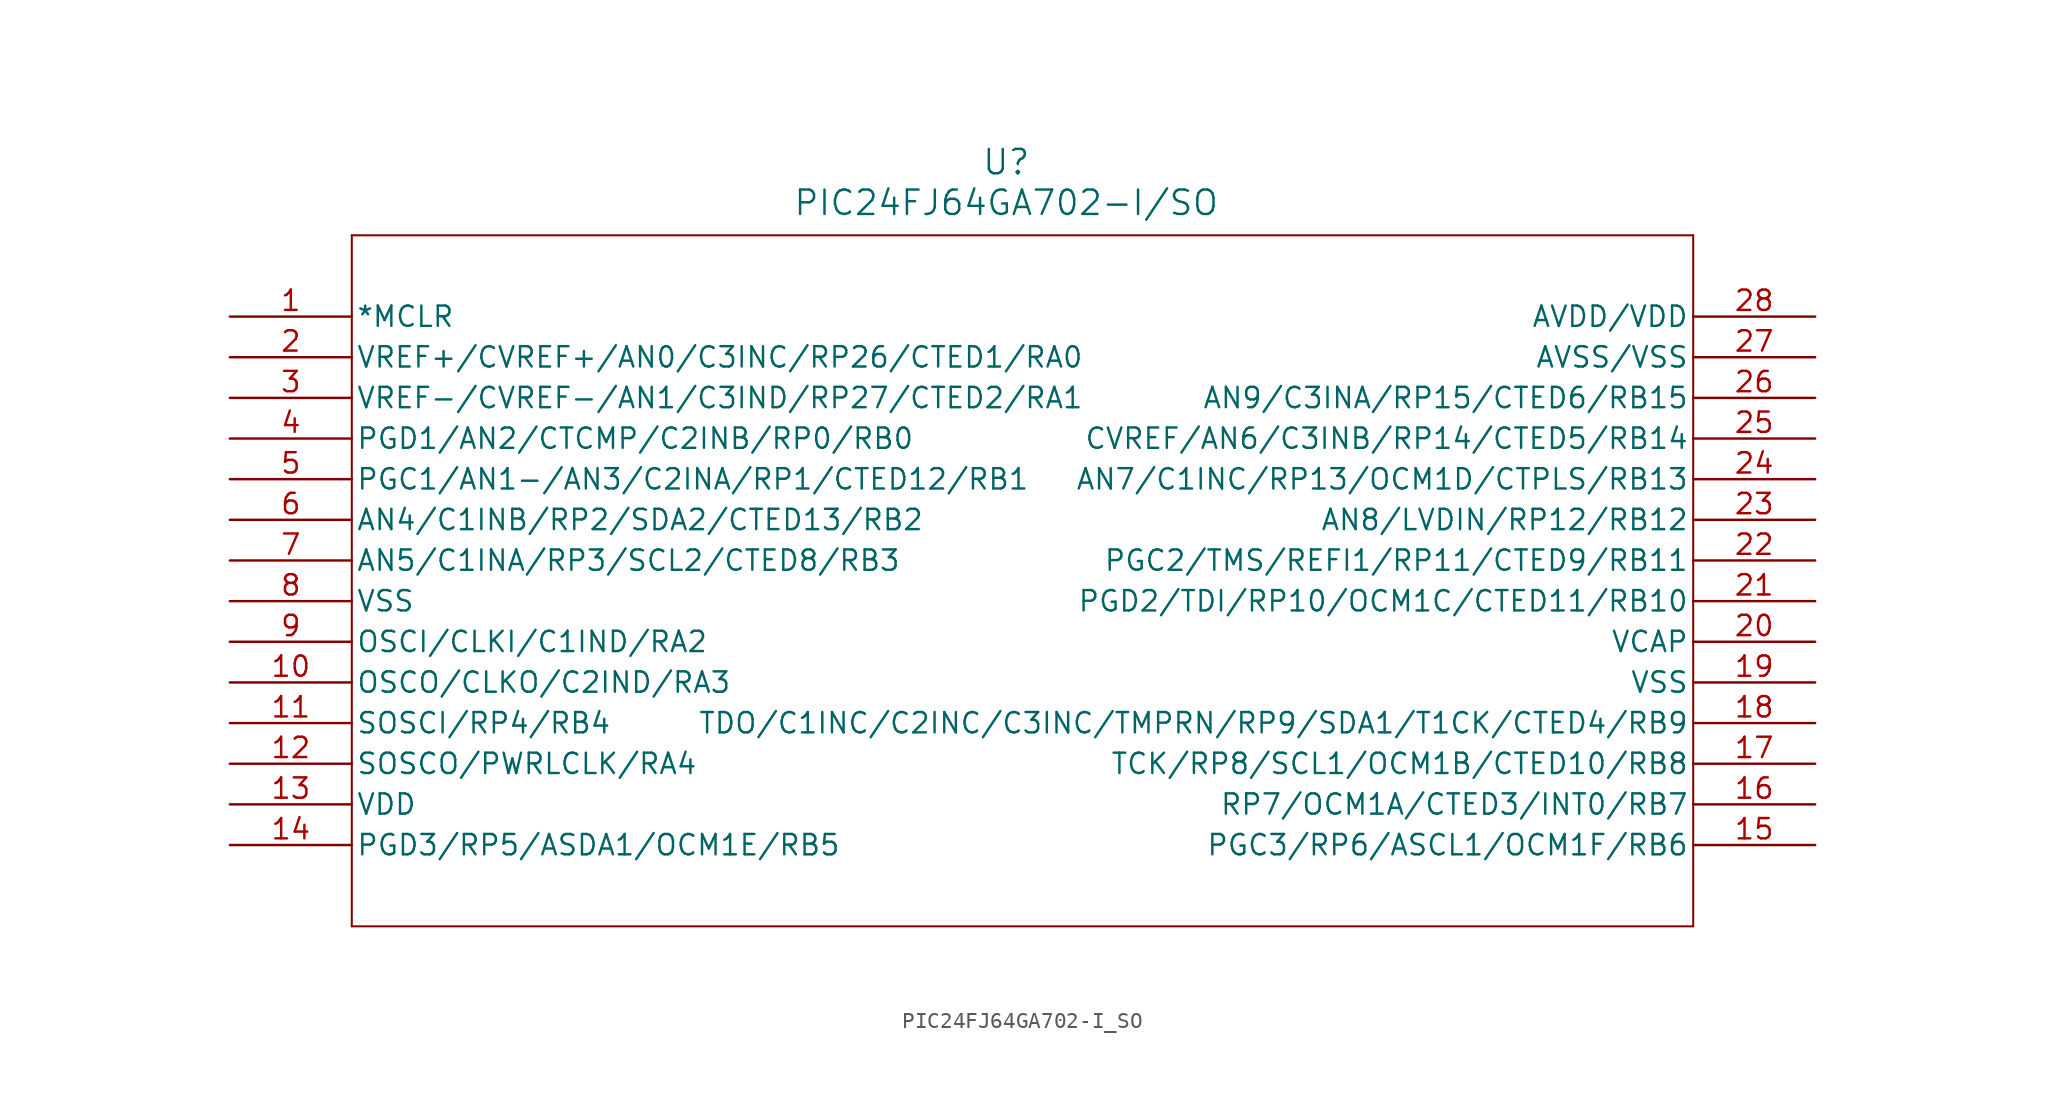
<source format=kicad_sym>
(kicad_symbol_lib
  (version 20231120)
  (generator "kicad_symbol_editor")
  (generator_version "8.0")
  (symbol "PIC24FJ64GA702-I_SO"
    (pin_names
      (offset 0.254))
    (property "Reference" "U"
      (at 162.814 9.652 0)
      (effects (font (size 1.524 1.524))))
    (property "Value" "PIC24FJ64GA702-I/SO"
      (at 162.814 7.112 0)
      (effects (font (size 1.524 1.524))))
    (property "ki_locked" ""
      (at 0 0 0)
      (effects (font (size 1.27 1.27))))
    (symbol "PIC24FJ64GA702-I_SO_0_1"
      (polyline (pts (xy 121.92 -38.1) (xy 205.74 -38.1)) (stroke (width 0.127) (type default)) (fill (type none)))
      (polyline (pts (xy 121.92 5.08) (xy 121.92 -38.1)) (stroke (width 0.127) (type default)) (fill (type none)))
      (polyline (pts (xy 205.74 -38.1) (xy 205.74 5.08)) (stroke (width 0.127) (type default)) (fill (type none)))
      (polyline (pts (xy 205.74 5.08) (xy 121.92 5.08)) (stroke (width 0.127) (type default)) (fill (type none)))
      (pin unspecified line (at 114.3 0 0) (length 7.62) (name "*MCLR" (effects (font (size 1.27 1.27)))) (number "1" (effects (font (size 1.27 1.27)))))
      (pin bidirectional line (at 114.3 -22.86 0) (length 7.62) (name "OSCO/CLKO/C2IND/RA3" (effects (font (size 1.27 1.27)))) (number "10" (effects (font (size 1.27 1.27)))))
      (pin bidirectional line (at 114.3 -25.4 0) (length 7.62) (name "SOSCI/RP4/RB4" (effects (font (size 1.27 1.27)))) (number "11" (effects (font (size 1.27 1.27)))))
      (pin bidirectional line (at 114.3 -27.94 0) (length 7.62) (name "SOSCO/PWRLCLK/RA4" (effects (font (size 1.27 1.27)))) (number "12" (effects (font (size 1.27 1.27)))))
      (pin power_in line (at 114.3 -30.48 0) (length 7.62) (name "VDD" (effects (font (size 1.27 1.27)))) (number "13" (effects (font (size 1.27 1.27)))))
      (pin bidirectional line (at 114.3 -33.02 0) (length 7.62) (name "PGD3/RP5/ASDA1/OCM1E/RB5" (effects (font (size 1.27 1.27)))) (number "14" (effects (font (size 1.27 1.27)))))
      (pin bidirectional line (at 213.36 -33.02 180) (length 7.62) (name "PGC3/RP6/ASCL1/OCM1F/RB6" (effects (font (size 1.27 1.27)))) (number "15" (effects (font (size 1.27 1.27)))))
      (pin bidirectional line (at 213.36 -30.48 180) (length 7.62) (name "RP7/OCM1A/CTED3/INT0/RB7" (effects (font (size 1.27 1.27)))) (number "16" (effects (font (size 1.27 1.27)))))
      (pin bidirectional line (at 213.36 -27.94 180) (length 7.62) (name "TCK/RP8/SCL1/OCM1B/CTED10/RB8" (effects (font (size 1.27 1.27)))) (number "17" (effects (font (size 1.27 1.27)))))
      (pin bidirectional line (at 213.36 -25.4 180) (length 7.62) (name "TDO/C1INC/C2INC/C3INC/TMPRN/RP9/SDA1/T1CK/CTED4/RB9" (effects (font (size 1.27 1.27)))) (number "18" (effects (font (size 1.27 1.27)))))
      (pin power_out line (at 213.36 -22.86 180) (length 7.62) (name "VSS" (effects (font (size 1.27 1.27)))) (number "19" (effects (font (size 1.27 1.27)))))
      (pin bidirectional line (at 114.3 -2.54 0) (length 7.62) (name "VREF+/CVREF+/AN0/C3INC/RP26/CTED1/RA0" (effects (font (size 1.27 1.27)))) (number "2" (effects (font (size 1.27 1.27)))))
      (pin power_out line (at 213.36 -20.32 180) (length 7.62) (name "VCAP" (effects (font (size 1.27 1.27)))) (number "20" (effects (font (size 1.27 1.27)))))
      (pin bidirectional line (at 213.36 -17.78 180) (length 7.62) (name "PGD2/TDI/RP10/OCM1C/CTED11/RB10" (effects (font (size 1.27 1.27)))) (number "21" (effects (font (size 1.27 1.27)))))
      (pin bidirectional line (at 213.36 -15.24 180) (length 7.62) (name "PGC2/TMS/REFI1/RP11/CTED9/RB11" (effects (font (size 1.27 1.27)))) (number "22" (effects (font (size 1.27 1.27)))))
      (pin bidirectional line (at 213.36 -12.7 180) (length 7.62) (name "AN8/LVDIN/RP12/RB12" (effects (font (size 1.27 1.27)))) (number "23" (effects (font (size 1.27 1.27)))))
      (pin bidirectional line (at 213.36 -10.16 180) (length 7.62) (name "AN7/C1INC/RP13/OCM1D/CTPLS/RB13" (effects (font (size 1.27 1.27)))) (number "24" (effects (font (size 1.27 1.27)))))
      (pin bidirectional line (at 213.36 -7.62 180) (length 7.62) (name "CVREF/AN6/C3INB/RP14/CTED5/RB14" (effects (font (size 1.27 1.27)))) (number "25" (effects (font (size 1.27 1.27)))))
      (pin bidirectional line (at 213.36 -5.08 180) (length 7.62) (name "AN9/C3INA/RP15/CTED6/RB15" (effects (font (size 1.27 1.27)))) (number "26" (effects (font (size 1.27 1.27)))))
      (pin power_out line (at 213.36 -2.54 180) (length 7.62) (name "AVSS/VSS" (effects (font (size 1.27 1.27)))) (number "27" (effects (font (size 1.27 1.27)))))
      (pin power_in line (at 213.36 0 180) (length 7.62) (name "AVDD/VDD" (effects (font (size 1.27 1.27)))) (number "28" (effects (font (size 1.27 1.27)))))
      (pin bidirectional line (at 114.3 -5.08 0) (length 7.62) (name "VREF-/CVREF-/AN1/C3IND/RP27/CTED2/RA1" (effects (font (size 1.27 1.27)))) (number "3" (effects (font (size 1.27 1.27)))))
      (pin bidirectional line (at 114.3 -7.62 0) (length 7.62) (name "PGD1/AN2/CTCMP/C2INB/RP0/RB0" (effects (font (size 1.27 1.27)))) (number "4" (effects (font (size 1.27 1.27)))))
      (pin bidirectional line (at 114.3 -10.16 0) (length 7.62) (name "PGC1/AN1-/AN3/C2INA/RP1/CTED12/RB1" (effects (font (size 1.27 1.27)))) (number "5" (effects (font (size 1.27 1.27)))))
      (pin bidirectional line (at 114.3 -12.7 0) (length 7.62) (name "AN4/C1INB/RP2/SDA2/CTED13/RB2" (effects (font (size 1.27 1.27)))) (number "6" (effects (font (size 1.27 1.27)))))
      (pin bidirectional line (at 114.3 -15.24 0) (length 7.62) (name "AN5/C1INA/RP3/SCL2/CTED8/RB3" (effects (font (size 1.27 1.27)))) (number "7" (effects (font (size 1.27 1.27)))))
      (pin power_out line (at 114.3 -17.78 0) (length 7.62) (name "VSS" (effects (font (size 1.27 1.27)))) (number "8" (effects (font (size 1.27 1.27)))))
      (pin bidirectional line (at 114.3 -20.32 0) (length 7.62) (name "OSCI/CLKI/C1IND/RA2" (effects (font (size 1.27 1.27)))) (number "9" (effects (font (size 1.27 1.27))))))))
</source>
